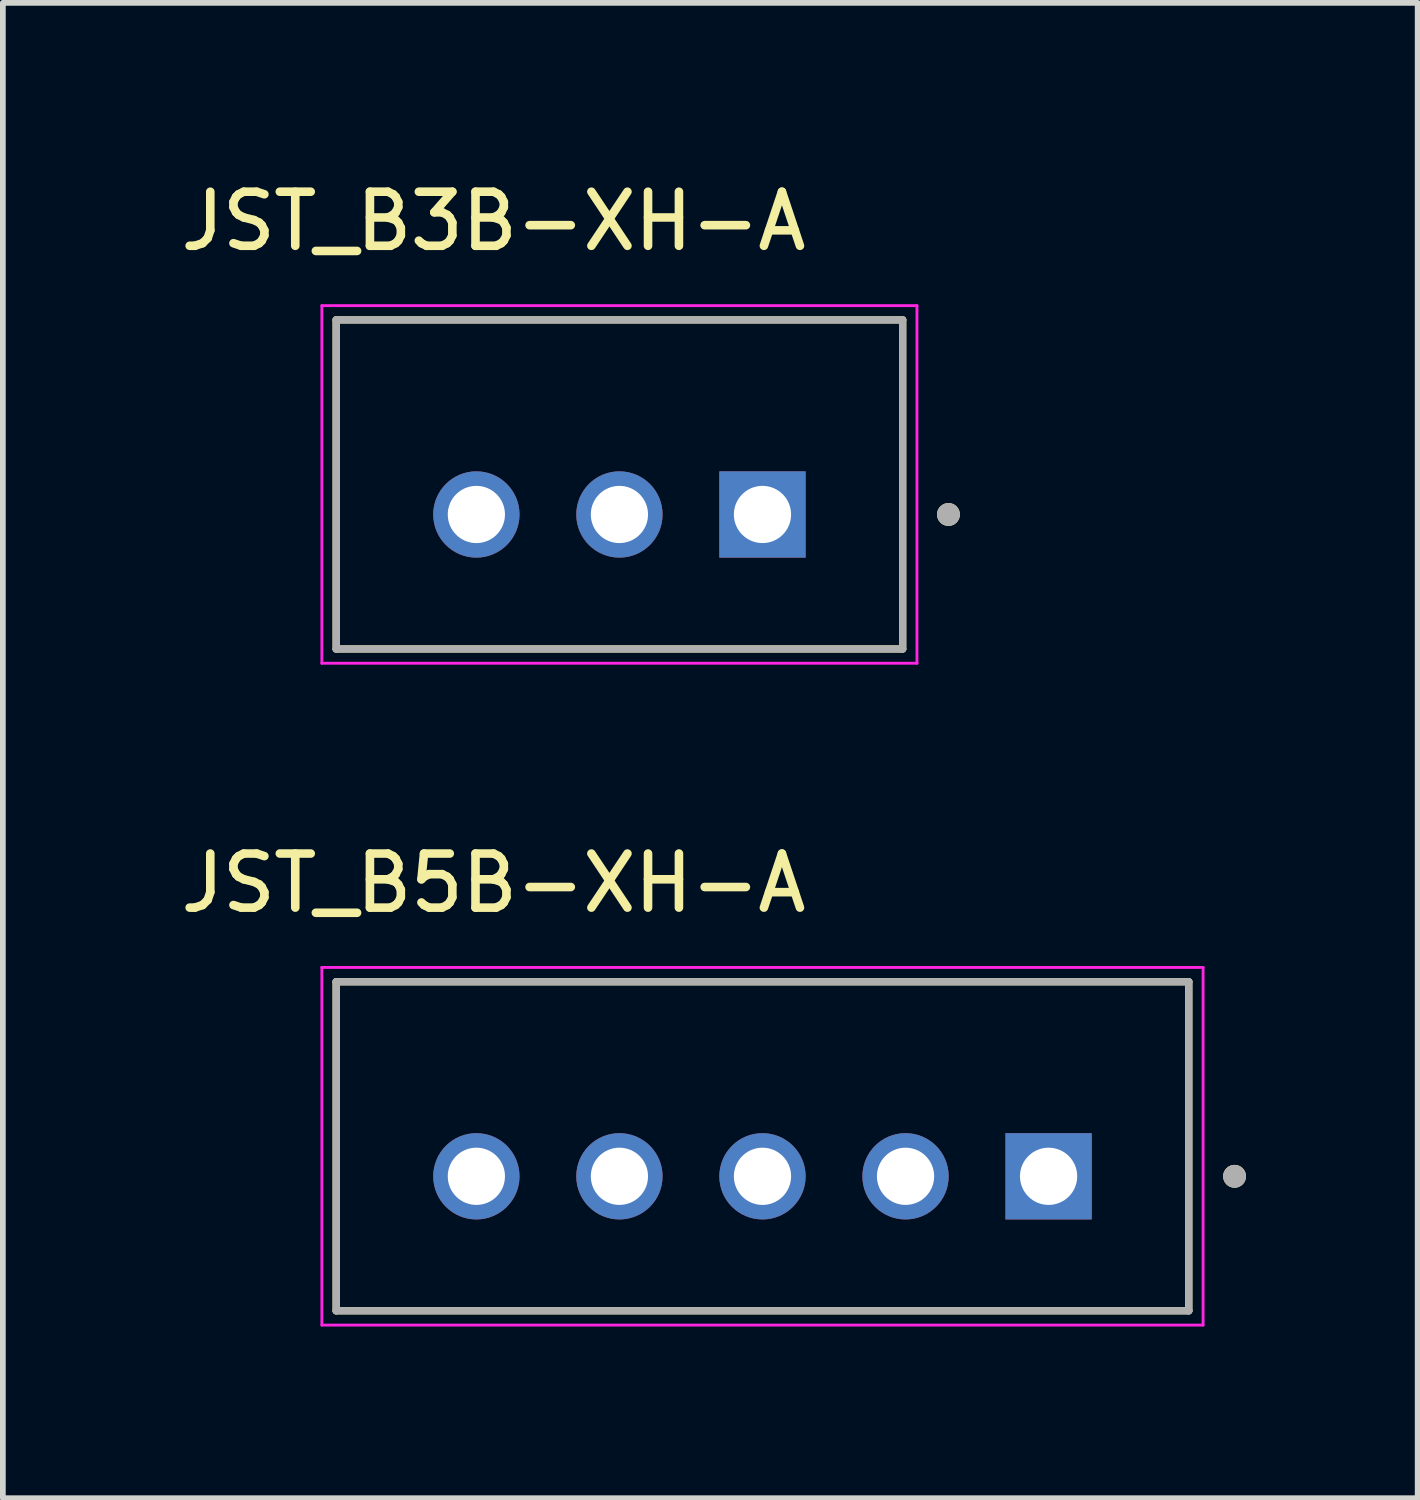
<source format=kicad_pcb>
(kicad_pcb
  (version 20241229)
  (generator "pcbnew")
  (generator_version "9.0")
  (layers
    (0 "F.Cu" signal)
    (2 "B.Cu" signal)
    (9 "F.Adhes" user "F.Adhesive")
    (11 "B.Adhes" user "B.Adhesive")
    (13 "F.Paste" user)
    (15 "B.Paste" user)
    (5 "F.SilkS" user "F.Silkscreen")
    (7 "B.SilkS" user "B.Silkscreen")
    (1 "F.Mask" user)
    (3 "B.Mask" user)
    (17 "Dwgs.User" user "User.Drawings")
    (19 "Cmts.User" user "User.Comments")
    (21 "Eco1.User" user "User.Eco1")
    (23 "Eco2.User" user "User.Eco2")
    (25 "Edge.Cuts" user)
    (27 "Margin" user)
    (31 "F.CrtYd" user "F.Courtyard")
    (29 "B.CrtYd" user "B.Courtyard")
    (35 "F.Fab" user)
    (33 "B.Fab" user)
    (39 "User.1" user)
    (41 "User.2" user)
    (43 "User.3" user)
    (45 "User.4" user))
  (footprint "JST_B5B-XH-A"
    (layer "F.Cu")
    (at 10.275 16.982)
    (property "Reference" "JST_B5B-XH-A" (at -4.7 -4.6 0) (layer "F.SilkS") (effects (font (size 0.945 0.945) (thickness 0.15))))
    (attr through_hole)
    (fp_line (start -7.45 -2.875) (end 7.45 -2.875) (stroke (width 0.127) (type solid)) (layer "F.SilkS"))
    (fp_line (start -7.45 2.875) (end -7.45 -2.875) (stroke (width 0.127) (type solid)) (layer "F.SilkS"))
    (fp_line (start 7.45 -2.875) (end 7.45 2.875) (stroke (width 0.127) (type solid)) (layer "F.SilkS"))
    (fp_line (start 7.45 2.875) (end -7.45 2.875) (stroke (width 0.127) (type solid)) (layer "F.SilkS"))
    (fp_circle (center 8.25 0.525) (end 8.35 0.525) (stroke (width 0.2) (type solid)) (fill no) (layer "F.SilkS"))
    (fp_line (start -7.7 -3.125) (end 7.7 -3.125) (stroke (width 0.05) (type solid)) (layer "F.CrtYd"))
    (fp_line (start -7.7 3.125) (end -7.7 -3.125) (stroke (width 0.05) (type solid)) (layer "F.CrtYd"))
    (fp_line (start 7.7 -3.125) (end 7.7 3.125) (stroke (width 0.05) (type solid)) (layer "F.CrtYd"))
    (fp_line (start 7.7 3.125) (end -7.7 3.125) (stroke (width 0.05) (type solid)) (layer "F.CrtYd"))
    (fp_line (start -7.45 -2.875) (end 7.45 -2.875) (stroke (width 0.127) (type solid)) (layer "F.Fab"))
    (fp_line (start -7.45 2.875) (end -7.45 -2.875) (stroke (width 0.127) (type solid)) (layer "F.Fab"))
    (fp_line (start 7.45 -2.875) (end 7.45 2.875) (stroke (width 0.127) (type solid)) (layer "F.Fab"))
    (fp_line (start 7.45 2.875) (end -7.45 2.875) (stroke (width 0.127) (type solid)) (layer "F.Fab"))
    (fp_circle (center 8.25 0.525) (end 8.35 0.525) (stroke (width 0.2) (type solid)) (fill no) (layer "F.Fab"))
    (pad "1" thru_hole rect (at 5 0.525) (size 1.508 1.508) (drill 1) (layers "*.Cu" "*.Mask"))
    (pad "2" thru_hole circle (at 2.5 0.525) (size 1.508 1.508) (drill 1) (layers "*.Cu" "*.Mask"))
    (pad "3" thru_hole circle (at 0 0.525) (size 1.508 1.508) (drill 1) (layers "*.Cu" "*.Mask"))
    (pad "4" thru_hole circle (at -2.5 0.525) (size 1.508 1.508) (drill 1) (layers "*.Cu" "*.Mask"))
    (pad "5" thru_hole circle (at -5 0.525) (size 1.508 1.508) (drill 1) (layers "*.Cu" "*.Mask")))
  (footprint "JST_B3B-XH-A"
    (layer "F.Cu")
    (at 10.275 5.941)
    (property "Reference" "JST_B3B-XH-A" (at -4.7 -5.125 0) (layer "F.SilkS") (effects (font (size 0.945 0.945) (thickness 0.15))))
    (attr through_hole)
    (fp_line (start -7.45 -3.4) (end 2.45 -3.4) (stroke (width 0.127) (type solid)) (layer "F.SilkS"))
    (fp_line (start -7.45 2.35) (end -7.45 -3.4) (stroke (width 0.127) (type solid)) (layer "F.SilkS"))
    (fp_line (start 2.45 -3.4) (end 2.45 2.35) (stroke (width 0.127) (type solid)) (layer "F.SilkS"))
    (fp_line (start 2.45 2.35) (end -7.45 2.35) (stroke (width 0.127) (type solid)) (layer "F.SilkS"))
    (fp_circle (center 3.25 0) (end 3.35 0) (stroke (width 0.2) (type solid)) (fill no) (layer "F.SilkS"))
    (fp_line (start -7.7 -3.65) (end 2.7 -3.65) (stroke (width 0.05) (type solid)) (layer "F.CrtYd"))
    (fp_line (start -7.7 2.6) (end -7.7 -3.65) (stroke (width 0.05) (type solid)) (layer "F.CrtYd"))
    (fp_line (start 2.7 -3.65) (end 2.7 2.6) (stroke (width 0.05) (type solid)) (layer "F.CrtYd"))
    (fp_line (start 2.7 2.6) (end -7.7 2.6) (stroke (width 0.05) (type solid)) (layer "F.CrtYd"))
    (fp_line (start -7.45 -3.4) (end 2.45 -3.4) (stroke (width 0.127) (type solid)) (layer "F.Fab"))
    (fp_line (start -7.45 2.35) (end -7.45 -3.4) (stroke (width 0.127) (type solid)) (layer "F.Fab"))
    (fp_line (start 2.45 -3.4) (end 2.45 2.35) (stroke (width 0.127) (type solid)) (layer "F.Fab"))
    (fp_line (start 2.45 2.35) (end -7.45 2.35) (stroke (width 0.127) (type solid)) (layer "F.Fab"))
    (fp_circle (center 3.25 0) (end 3.35 0) (stroke (width 0.2) (type solid)) (fill no) (layer "F.Fab"))
    (pad "1" thru_hole rect (at 0 0) (size 1.508 1.508) (drill 1) (layers "*.Cu" "*.Mask"))
    (pad "2" thru_hole circle (at -2.5 0) (size 1.508 1.508) (drill 1) (layers "*.Cu" "*.Mask"))
    (pad "3" thru_hole circle (at -5 0) (size 1.508 1.508) (drill 1) (layers "*.Cu" "*.Mask")))
  (gr_rect
    (start -3 -3)
    (end 21.725 23.132)
    (stroke (width 0.1) (type default))
    (fill no)
    (layer "Edge.Cuts")))
</source>
